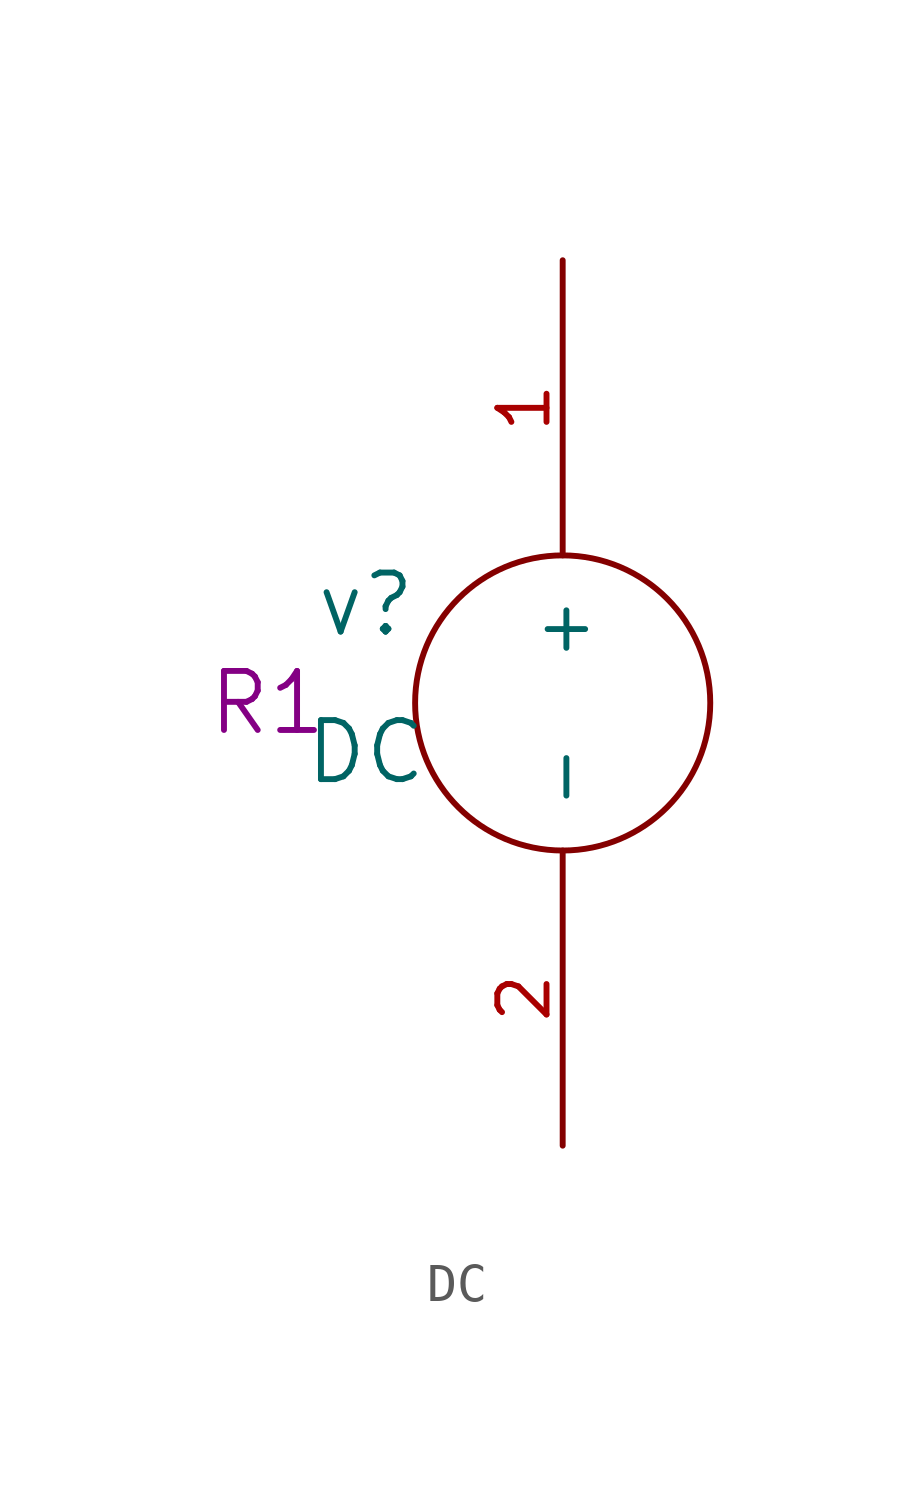
<source format=kicad_sym>
(kicad_symbol_lib
  (version 20211014)
  (generator kicad_symbol_editor)
  (symbol "DC"
    (pin_names
      (offset 1.016))
    (property "Reference" "v"
      (at -5.08 2.54 0)
      (effects (font (size 1.524 1.524))))
    (property "Value" "DC"
      (at -5.08 -1.27 0)
      (effects (font (size 1.524 1.524))))
    (property "Footprint" "R1"
      (at -7.62 0 0)
      (effects (font (size 1.524 1.524))))
    (property "Datasheet" ""
      (at 0 0 0)
      (effects (font (size 1.524 1.524))))
    (symbol "DC_0_1"
      (circle (center 0 0) (radius 3.81) (stroke (width 0) (type default) (color 0 0 0 0)) (fill (type none))))
    (symbol "DC_1_1"
      (pin power_out line (at 0 11.43 270) (length 7.62) (name "+" (effects (font (size 1.27 1.27)))) (number "1" (effects (font (size 1.27 1.27)))))
      (pin power_out line (at 0 -11.43 90) (length 7.62) (name "-" (effects (font (size 1.27 1.27)))) (number "2" (effects (font (size 1.27 1.27))))))))
</source>
